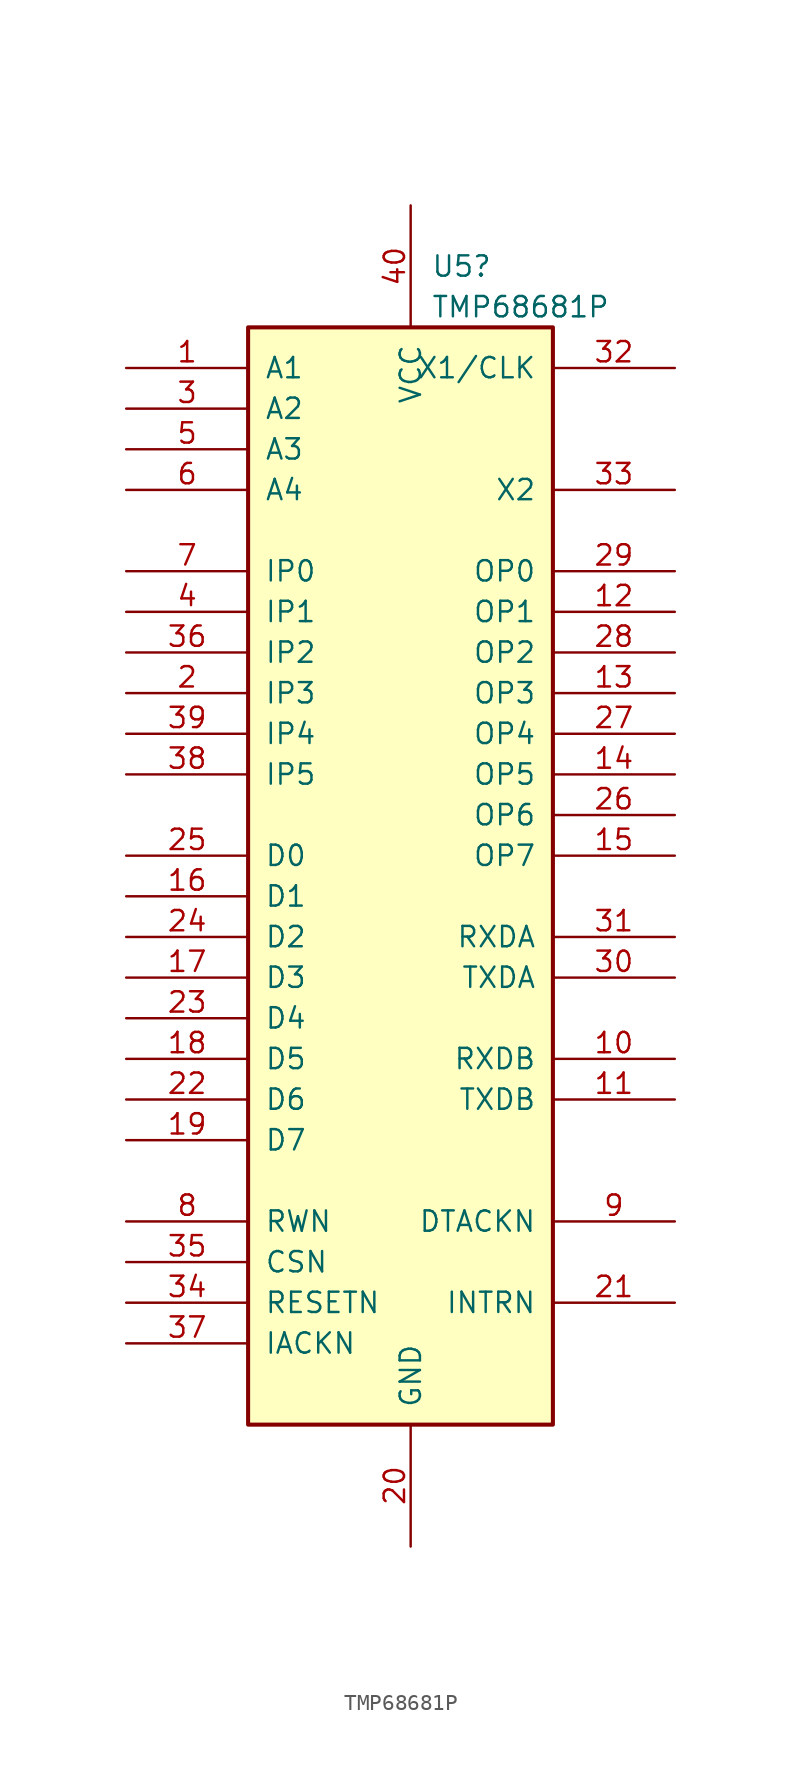
<source format=kicad_sym>
(kicad_symbol_lib
  (version 20220914)
  (generator kicad_symbol_editor)
  (symbol "TMP68681P"
    (pin_names
      (offset 1.016))
    (property "Reference" "U5"
      (at 1.27 39.37 0)
      (effects (font (size 1.27 1.27)) (justify left)))
    (property "Value" "TMP68681P"
      (at 1.27 36.83 0)
      (effects (font (size 1.27 1.27)) (justify left)))
    (symbol "TMP68681P_0_1"
      (rectangle (start -10.16 35.56) (end 8.89 -33.02) (stroke (width 0.254) (type default)) (fill (type background))))
    (symbol "TMP68681P_1_1"
      (pin input line (at -17.78 33.02 0) (length 7.62) (name "A1" (effects (font (size 1.27 1.27)))) (number "1" (effects (font (size 1.27 1.27)))))
      (pin input line (at 16.51 -10.16 180) (length 7.62) (name "RXDB" (effects (font (size 1.27 1.27)))) (number "10" (effects (font (size 1.27 1.27)))))
      (pin output line (at 16.51 -12.7 180) (length 7.62) (name "TXDB" (effects (font (size 1.27 1.27)))) (number "11" (effects (font (size 1.27 1.27)))))
      (pin output line (at 16.51 17.78 180) (length 7.62) (name "OP1" (effects (font (size 1.27 1.27)))) (number "12" (effects (font (size 1.27 1.27)))))
      (pin output line (at 16.51 12.7 180) (length 7.62) (name "OP3" (effects (font (size 1.27 1.27)))) (number "13" (effects (font (size 1.27 1.27)))))
      (pin output line (at 16.51 7.62 180) (length 7.62) (name "OP5" (effects (font (size 1.27 1.27)))) (number "14" (effects (font (size 1.27 1.27)))))
      (pin output line (at 16.51 2.54 180) (length 7.62) (name "OP7" (effects (font (size 1.27 1.27)))) (number "15" (effects (font (size 1.27 1.27)))))
      (pin input line (at -17.78 0 0) (length 7.62) (name "D1" (effects (font (size 1.27 1.27)))) (number "16" (effects (font (size 1.27 1.27)))))
      (pin input line (at -17.78 -5.08 0) (length 7.62) (name "D3" (effects (font (size 1.27 1.27)))) (number "17" (effects (font (size 1.27 1.27)))))
      (pin input line (at -17.78 -10.16 0) (length 7.62) (name "D5" (effects (font (size 1.27 1.27)))) (number "18" (effects (font (size 1.27 1.27)))))
      (pin input line (at -17.78 -15.24 0) (length 7.62) (name "D7" (effects (font (size 1.27 1.27)))) (number "19" (effects (font (size 1.27 1.27)))))
      (pin input line (at -17.78 12.7 0) (length 7.62) (name "IP3" (effects (font (size 1.27 1.27)))) (number "2" (effects (font (size 1.27 1.27)))))
      (pin power_in line (at 0 -40.64 90) (length 7.62) (name "GND" (effects (font (size 1.27 1.27)))) (number "20" (effects (font (size 1.27 1.27)))))
      (pin output line (at 16.51 -25.4 180) (length 7.62) (name "INTRN" (effects (font (size 1.27 1.27)))) (number "21" (effects (font (size 1.27 1.27)))))
      (pin input line (at -17.78 -12.7 0) (length 7.62) (name "D6" (effects (font (size 1.27 1.27)))) (number "22" (effects (font (size 1.27 1.27)))))
      (pin input line (at -17.78 -7.62 0) (length 7.62) (name "D4" (effects (font (size 1.27 1.27)))) (number "23" (effects (font (size 1.27 1.27)))))
      (pin input line (at -17.78 -2.54 0) (length 7.62) (name "D2" (effects (font (size 1.27 1.27)))) (number "24" (effects (font (size 1.27 1.27)))))
      (pin input line (at -17.78 2.54 0) (length 7.62) (name "D0" (effects (font (size 1.27 1.27)))) (number "25" (effects (font (size 1.27 1.27)))))
      (pin output line (at 16.51 5.08 180) (length 7.62) (name "OP6" (effects (font (size 1.27 1.27)))) (number "26" (effects (font (size 1.27 1.27)))))
      (pin output line (at 16.51 10.16 180) (length 7.62) (name "OP4" (effects (font (size 1.27 1.27)))) (number "27" (effects (font (size 1.27 1.27)))))
      (pin output line (at 16.51 15.24 180) (length 7.62) (name "OP2" (effects (font (size 1.27 1.27)))) (number "28" (effects (font (size 1.27 1.27)))))
      (pin output line (at 16.51 20.32 180) (length 7.62) (name "OP0" (effects (font (size 1.27 1.27)))) (number "29" (effects (font (size 1.27 1.27)))))
      (pin input line (at -17.78 30.48 0) (length 7.62) (name "A2" (effects (font (size 1.27 1.27)))) (number "3" (effects (font (size 1.27 1.27)))))
      (pin output line (at 16.51 -5.08 180) (length 7.62) (name "TXDA" (effects (font (size 1.27 1.27)))) (number "30" (effects (font (size 1.27 1.27)))))
      (pin input line (at 16.51 -2.54 180) (length 7.62) (name "RXDA" (effects (font (size 1.27 1.27)))) (number "31" (effects (font (size 1.27 1.27)))))
      (pin input line (at 16.51 33.02 180) (length 7.62) (name "X1/CLK" (effects (font (size 1.27 1.27)))) (number "32" (effects (font (size 1.27 1.27)))))
      (pin output line (at 16.51 25.4 180) (length 7.62) (name "X2" (effects (font (size 1.27 1.27)))) (number "33" (effects (font (size 1.27 1.27)))))
      (pin input line (at -17.78 -25.4 0) (length 7.62) (name "RESETN" (effects (font (size 1.27 1.27)))) (number "34" (effects (font (size 1.27 1.27)))))
      (pin input line (at -17.78 -22.86 0) (length 7.62) (name "CSN" (effects (font (size 1.27 1.27)))) (number "35" (effects (font (size 1.27 1.27)))))
      (pin input line (at -17.78 15.24 0) (length 7.62) (name "IP2" (effects (font (size 1.27 1.27)))) (number "36" (effects (font (size 1.27 1.27)))))
      (pin input line (at -17.78 -27.94 0) (length 7.62) (name "IACKN" (effects (font (size 1.27 1.27)))) (number "37" (effects (font (size 1.27 1.27)))))
      (pin input line (at -17.78 7.62 0) (length 7.62) (name "IP5" (effects (font (size 1.27 1.27)))) (number "38" (effects (font (size 1.27 1.27)))))
      (pin input line (at -17.78 10.16 0) (length 7.62) (name "IP4" (effects (font (size 1.27 1.27)))) (number "39" (effects (font (size 1.27 1.27)))))
      (pin input line (at -17.78 17.78 0) (length 7.62) (name "IP1" (effects (font (size 1.27 1.27)))) (number "4" (effects (font (size 1.27 1.27)))))
      (pin power_in line (at 0 43.18 270) (length 7.62) (name "VCC" (effects (font (size 1.27 1.27)))) (number "40" (effects (font (size 1.27 1.27)))))
      (pin input line (at -17.78 27.94 0) (length 7.62) (name "A3" (effects (font (size 1.27 1.27)))) (number "5" (effects (font (size 1.27 1.27)))))
      (pin input line (at -17.78 25.4 0) (length 7.62) (name "A4" (effects (font (size 1.27 1.27)))) (number "6" (effects (font (size 1.27 1.27)))))
      (pin input line (at -17.78 20.32 0) (length 7.62) (name "IP0" (effects (font (size 1.27 1.27)))) (number "7" (effects (font (size 1.27 1.27)))))
      (pin input line (at -17.78 -20.32 0) (length 7.62) (name "RWN" (effects (font (size 1.27 1.27)))) (number "8" (effects (font (size 1.27 1.27)))))
      (pin output line (at 16.51 -20.32 180) (length 7.62) (name "DTACKN" (effects (font (size 1.27 1.27)))) (number "9" (effects (font (size 1.27 1.27))))))))
</source>
